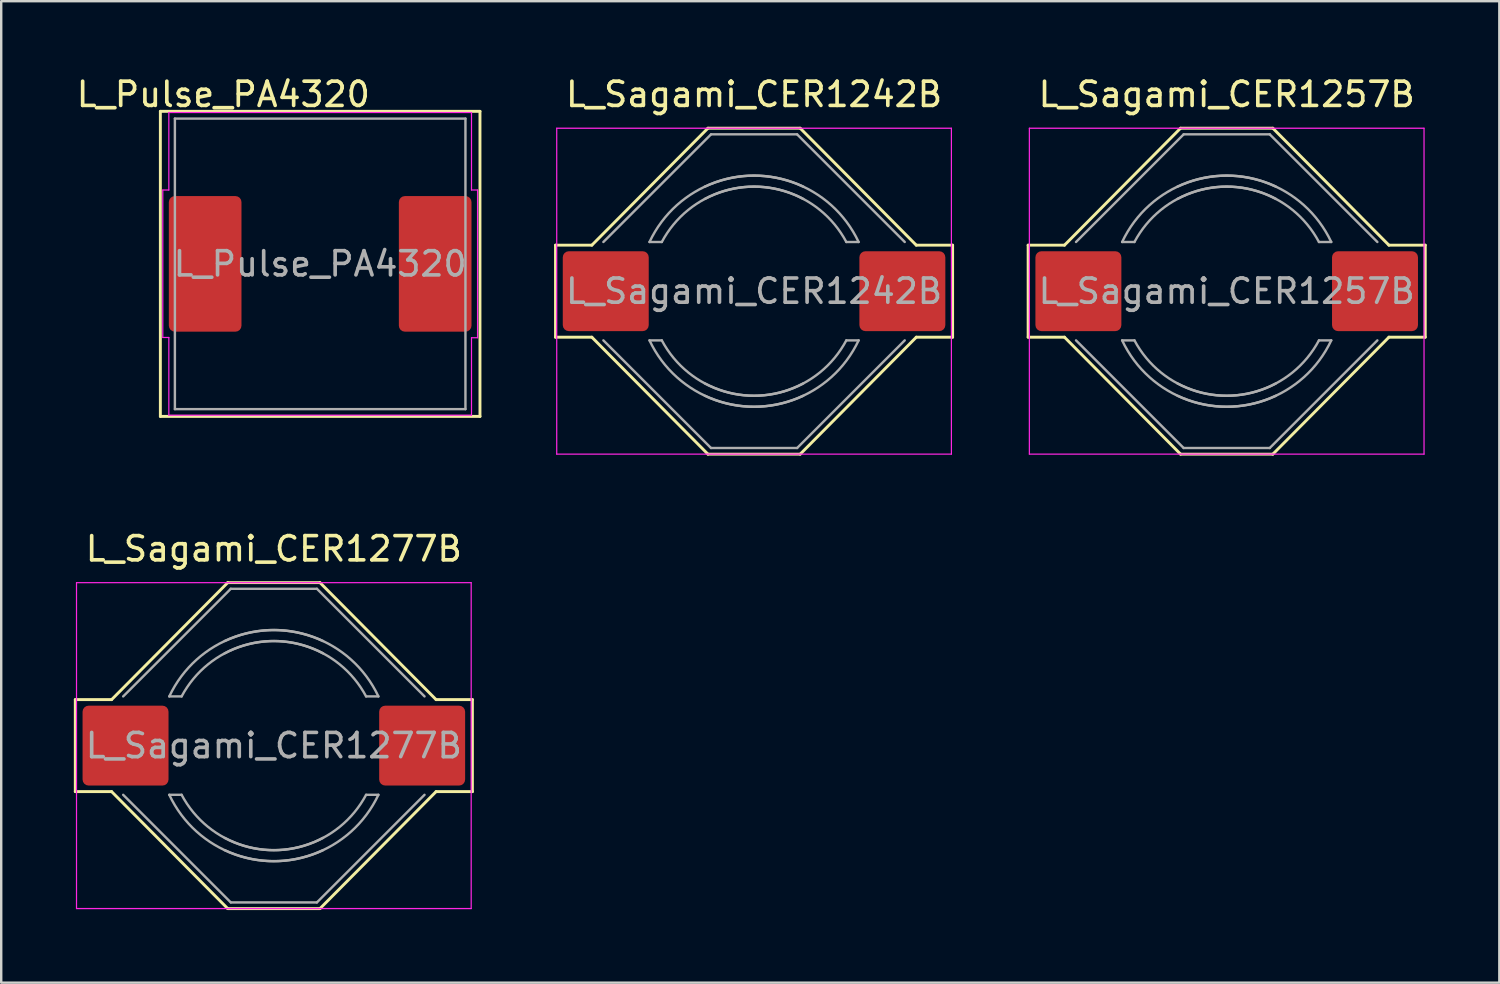
<source format=kicad_pcb>
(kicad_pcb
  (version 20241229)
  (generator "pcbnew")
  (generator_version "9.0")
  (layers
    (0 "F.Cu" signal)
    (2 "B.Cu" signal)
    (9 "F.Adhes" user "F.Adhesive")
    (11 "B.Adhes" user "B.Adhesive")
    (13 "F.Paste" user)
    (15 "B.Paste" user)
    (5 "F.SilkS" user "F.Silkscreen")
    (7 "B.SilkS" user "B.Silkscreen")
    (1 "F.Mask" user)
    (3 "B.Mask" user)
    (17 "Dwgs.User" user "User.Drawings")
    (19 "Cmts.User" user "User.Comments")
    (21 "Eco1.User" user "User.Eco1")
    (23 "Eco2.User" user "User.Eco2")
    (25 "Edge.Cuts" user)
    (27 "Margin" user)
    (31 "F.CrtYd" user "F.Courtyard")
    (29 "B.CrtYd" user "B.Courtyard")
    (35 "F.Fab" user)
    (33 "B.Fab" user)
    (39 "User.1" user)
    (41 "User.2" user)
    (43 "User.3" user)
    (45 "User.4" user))
  (footprint "L_Pulse_PA4320"
    (layer "F.Cu")
    (at 10.173 7.848)
    (property "Reference" "L_Pulse_PA4320" (at -4 -7 0) (layer "F.SilkS") (effects (font (size 1 1) (thickness 0.15))))
    (attr smd)
    (fp_line (start -6.6 -6.3) (end -6.6 6.3) (stroke (width 0.12) (type solid)) (layer "F.SilkS"))
    (fp_line (start -6.6 6.3) (end 6.6 6.3) (stroke (width 0.12) (type solid)) (layer "F.SilkS"))
    (fp_line (start 6.6 -6.3) (end -6.6 -6.3) (stroke (width 0.12) (type solid)) (layer "F.SilkS"))
    (fp_line (start 6.6 6.3) (end 6.6 -6.3) (stroke (width 0.12) (type solid)) (layer "F.SilkS"))
    (fp_line (start -6.5 3.04) (end -6.5 -3.05) (stroke (width 0.05) (type solid)) (layer "F.CrtYd"))
    (fp_line (start -6.25 -6.25) (end -6.25 -3.05) (stroke (width 0.05) (type solid)) (layer "F.CrtYd"))
    (fp_line (start -6.25 -6.25) (end 6.25 -6.25) (stroke (width 0.05) (type solid)) (layer "F.CrtYd"))
    (fp_line (start -6.25 -3.05) (end -6.5 -3.05) (stroke (width 0.05) (type solid)) (layer "F.CrtYd"))
    (fp_line (start -6.25 3.04) (end -6.5 3.04) (stroke (width 0.05) (type solid)) (layer "F.CrtYd"))
    (fp_line (start -6.25 3.04) (end -6.25 6.25) (stroke (width 0.05) (type solid)) (layer "F.CrtYd"))
    (fp_line (start 6.25 -6.25) (end 6.25 -3.05) (stroke (width 0.05) (type solid)) (layer "F.CrtYd"))
    (fp_line (start 6.25 -3.05) (end 6.5 -3.05) (stroke (width 0.05) (type solid)) (layer "F.CrtYd"))
    (fp_line (start 6.25 3.05) (end 6.25 6.25) (stroke (width 0.05) (type solid)) (layer "F.CrtYd"))
    (fp_line (start 6.25 6.25) (end -6.25 6.25) (stroke (width 0.05) (type solid)) (layer "F.CrtYd"))
    (fp_line (start 6.5 -3.05) (end 6.5 3.05) (stroke (width 0.05) (type solid)) (layer "F.CrtYd"))
    (fp_line (start 6.5 3.05) (end 6.25 3.05) (stroke (width 0.05) (type solid)) (layer "F.CrtYd"))
    (fp_line (start -6 -6) (end 6 -6) (stroke (width 0.1) (type solid)) (layer "F.Fab"))
    (fp_line (start -6 6) (end -6 -6) (stroke (width 0.1) (type solid)) (layer "F.Fab"))
    (fp_line (start 6 -6) (end 6 6) (stroke (width 0.1) (type solid)) (layer "F.Fab"))
    (fp_line (start 6 6) (end -6 6) (stroke (width 0.1) (type solid)) (layer "F.Fab"))
    (fp_text user "${REFERENCE}" (at 0 0 0) (layer "F.Fab") (effects (font (size 1 1) (thickness 0.15))))
    (pad "1" smd roundrect (at -4.75 0 90) (size 5.6 3) (layers "F.Cu" "F.Mask" "F.Paste") (roundrect_rratio 0.083))
    (pad "2" smd roundrect (at 4.75 0 90) (size 5.6 3) (layers "F.Cu" "F.Mask" "F.Paste") (roundrect_rratio 0.083)))
  (footprint "L_Sagami_CER1257B"
    (layer "F.Cu")
    (at 47.613 8.976)
    (property "Reference" "L_Sagami_CER1257B" (at 0 -8.128 0) (layer "F.SilkS") (effects (font (size 1 1) (thickness 0.15))))
    (attr smd)
    (fp_line (start -8.2 -1.9) (end -8.2 1.9) (stroke (width 0.12) (type solid)) (layer "F.SilkS"))
    (fp_line (start -8.2 1.9) (end -6.7 1.9) (stroke (width 0.12) (type solid)) (layer "F.SilkS"))
    (fp_line (start -6.7 -1.9) (end -8.2 -1.9) (stroke (width 0.12) (type solid)) (layer "F.SilkS"))
    (fp_line (start -6.7 -1.9) (end -1.905 -6.731) (stroke (width 0.12) (type solid)) (layer "F.SilkS"))
    (fp_line (start -6.7 1.9) (end -1.905 6.731) (stroke (width 0.12) (type solid)) (layer "F.SilkS"))
    (fp_line (start -1.905 -6.731) (end 1.905 -6.731) (stroke (width 0.12) (type solid)) (layer "F.SilkS"))
    (fp_line (start -1.905 6.731) (end 1.905 6.731) (stroke (width 0.12) (type solid)) (layer "F.SilkS"))
    (fp_line (start 1.905 -6.731) (end 6.7 -1.9) (stroke (width 0.12) (type solid)) (layer "F.SilkS"))
    (fp_line (start 1.905 6.731) (end 6.7 1.9) (stroke (width 0.12) (type solid)) (layer "F.SilkS"))
    (fp_line (start 6.7 -1.9) (end 8.2 -1.9) (stroke (width 0.12) (type solid)) (layer "F.SilkS"))
    (fp_line (start 8.2 -1.9) (end 8.2 1.9) (stroke (width 0.12) (type solid)) (layer "F.SilkS"))
    (fp_line (start 8.2 1.9) (end 6.7 1.9) (stroke (width 0.12) (type solid)) (layer "F.SilkS"))
    (fp_line (start -8.15 -6.73) (end -8.15 6.73) (stroke (width 0.05) (type solid)) (layer "F.CrtYd"))
    (fp_line (start -8.15 -6.73) (end 8.15 -6.73) (stroke (width 0.05) (type solid)) (layer "F.CrtYd"))
    (fp_line (start -8.15 6.73) (end 8.15 6.73) (stroke (width 0.05) (type solid)) (layer "F.CrtYd"))
    (fp_line (start 8.15 -6.73) (end 8.15 6.73) (stroke (width 0.05) (type solid)) (layer "F.CrtYd"))
    (fp_line (start -6.223 -2.032) (end -1.778 -6.477) (stroke (width 0.1) (type solid)) (layer "F.Fab"))
    (fp_line (start -6.223 2.032) (end -1.778 6.477) (stroke (width 0.1) (type solid)) (layer "F.Fab"))
    (fp_line (start -3.81 -2.032) (end -4.318 -2.032) (stroke (width 0.1) (type solid)) (layer "F.Fab"))
    (fp_line (start -3.81 2.032) (end -4.318 2.032) (stroke (width 0.1) (type solid)) (layer "F.Fab"))
    (fp_line (start -1.778 6.477) (end 1.778 6.477) (stroke (width 0.1) (type solid)) (layer "F.Fab"))
    (fp_line (start 1.778 -6.477) (end -1.778 -6.477) (stroke (width 0.1) (type solid)) (layer "F.Fab"))
    (fp_line (start 1.778 6.477) (end 6.223 2.032) (stroke (width 0.1) (type solid)) (layer "F.Fab"))
    (fp_line (start 3.81 -2.032) (end 4.318 -2.032) (stroke (width 0.1) (type solid)) (layer "F.Fab"))
    (fp_line (start 3.81 2.032) (end 4.318 2.032) (stroke (width 0.1) (type solid)) (layer "F.Fab"))
    (fp_line (start 6.223 -2.032) (end 1.778 -6.477) (stroke (width 0.1) (type solid)) (layer "F.Fab"))
    (fp_arc (start -4.318 -2.032) (mid -1.616446 -4.490128) (end 2.032 -4.318) (stroke (width 0.1) (type solid)) (layer "F.Fab"))
    (fp_arc (start -3.81 -2.032) (mid -1.257236 -4.130918) (end 2.032 -3.81) (stroke (width 0.1) (type solid)) (layer "F.Fab"))
    (fp_arc (start -2.032 -4.318) (mid 1.616446 -4.490128) (end 4.318 -2.032) (stroke (width 0.1) (type solid)) (layer "F.Fab"))
    (fp_arc (start -2.032 -3.81) (mid 1.257236 -4.130918) (end 3.81 -2.032) (stroke (width 0.1) (type solid)) (layer "F.Fab"))
    (fp_arc (start 2.032 3.81) (mid -1.257236 4.130918) (end -3.81 2.032) (stroke (width 0.1) (type solid)) (layer "F.Fab"))
    (fp_arc (start 2.032 4.318) (mid -1.616446 4.490128) (end -4.318 2.032) (stroke (width 0.1) (type solid)) (layer "F.Fab"))
    (fp_arc (start 3.81 2.032) (mid 1.257236 4.130918) (end -2.032 3.81) (stroke (width 0.1) (type solid)) (layer "F.Fab"))
    (fp_arc (start 4.318 2.032) (mid 1.616446 4.490128) (end -2.032 4.318) (stroke (width 0.1) (type solid)) (layer "F.Fab"))
    (fp_text user "${REFERENCE}" (at 0 0 0) (layer "F.Fab") (effects (font (size 1 1) (thickness 0.15))))
    (pad "1" smd roundrect (at -6.125 0) (size 3.55 3.3) (layers "F.Cu" "F.Mask" "F.Paste") (roundrect_rratio 0.076))
    (pad "2" smd roundrect (at 6.125 0) (size 3.55 3.3) (layers "F.Cu" "F.Mask" "F.Paste") (roundrect_rratio 0.076)))
  (footprint "L_Sagami_CER1242B"
    (layer "F.Cu")
    (at 28.093 8.976)
    (property "Reference" "L_Sagami_CER1242B" (at 0 -8.128 0) (layer "F.SilkS") (effects (font (size 1 1) (thickness 0.15))))
    (attr smd)
    (fp_line (start -8.2 -1.9) (end -8.2 1.9) (stroke (width 0.12) (type solid)) (layer "F.SilkS"))
    (fp_line (start -8.2 1.9) (end -6.7 1.9) (stroke (width 0.12) (type solid)) (layer "F.SilkS"))
    (fp_line (start -6.7 -1.9) (end -8.2 -1.9) (stroke (width 0.12) (type solid)) (layer "F.SilkS"))
    (fp_line (start -6.7 -1.9) (end -1.905 -6.731) (stroke (width 0.12) (type solid)) (layer "F.SilkS"))
    (fp_line (start -6.7 1.9) (end -1.905 6.731) (stroke (width 0.12) (type solid)) (layer "F.SilkS"))
    (fp_line (start -1.905 -6.731) (end 1.905 -6.731) (stroke (width 0.12) (type solid)) (layer "F.SilkS"))
    (fp_line (start -1.905 6.731) (end 1.905 6.731) (stroke (width 0.12) (type solid)) (layer "F.SilkS"))
    (fp_line (start 1.905 -6.731) (end 6.7 -1.9) (stroke (width 0.12) (type solid)) (layer "F.SilkS"))
    (fp_line (start 1.905 6.731) (end 6.7 1.9) (stroke (width 0.12) (type solid)) (layer "F.SilkS"))
    (fp_line (start 6.7 -1.9) (end 8.2 -1.9) (stroke (width 0.12) (type solid)) (layer "F.SilkS"))
    (fp_line (start 8.2 -1.9) (end 8.2 1.9) (stroke (width 0.12) (type solid)) (layer "F.SilkS"))
    (fp_line (start 8.2 1.9) (end 6.7 1.9) (stroke (width 0.12) (type solid)) (layer "F.SilkS"))
    (fp_line (start -8.15 -6.73) (end -8.15 6.73) (stroke (width 0.05) (type solid)) (layer "F.CrtYd"))
    (fp_line (start -8.15 -6.73) (end 8.15 -6.73) (stroke (width 0.05) (type solid)) (layer "F.CrtYd"))
    (fp_line (start -8.15 6.73) (end 8.15 6.73) (stroke (width 0.05) (type solid)) (layer "F.CrtYd"))
    (fp_line (start 8.15 -6.73) (end 8.15 6.73) (stroke (width 0.05) (type solid)) (layer "F.CrtYd"))
    (fp_line (start -6.223 -2.032) (end -1.778 -6.477) (stroke (width 0.1) (type solid)) (layer "F.Fab"))
    (fp_line (start -6.223 2.032) (end -1.778 6.477) (stroke (width 0.1) (type solid)) (layer "F.Fab"))
    (fp_line (start -3.81 -2.032) (end -4.318 -2.032) (stroke (width 0.1) (type solid)) (layer "F.Fab"))
    (fp_line (start -3.81 2.032) (end -4.318 2.032) (stroke (width 0.1) (type solid)) (layer "F.Fab"))
    (fp_line (start -1.778 6.477) (end 1.778 6.477) (stroke (width 0.1) (type solid)) (layer "F.Fab"))
    (fp_line (start 1.778 -6.477) (end -1.778 -6.477) (stroke (width 0.1) (type solid)) (layer "F.Fab"))
    (fp_line (start 1.778 6.477) (end 6.223 2.032) (stroke (width 0.1) (type solid)) (layer "F.Fab"))
    (fp_line (start 3.81 -2.032) (end 4.318 -2.032) (stroke (width 0.1) (type solid)) (layer "F.Fab"))
    (fp_line (start 3.81 2.032) (end 4.318 2.032) (stroke (width 0.1) (type solid)) (layer "F.Fab"))
    (fp_line (start 6.223 -2.032) (end 1.778 -6.477) (stroke (width 0.1) (type solid)) (layer "F.Fab"))
    (fp_arc (start -4.318 -2.032) (mid -1.616446 -4.490128) (end 2.032 -4.318) (stroke (width 0.1) (type solid)) (layer "F.Fab"))
    (fp_arc (start -3.81 -2.032) (mid -1.257236 -4.130918) (end 2.032 -3.81) (stroke (width 0.1) (type solid)) (layer "F.Fab"))
    (fp_arc (start -2.032 -4.318) (mid 1.616446 -4.490128) (end 4.318 -2.032) (stroke (width 0.1) (type solid)) (layer "F.Fab"))
    (fp_arc (start -2.032 -3.81) (mid 1.257236 -4.130918) (end 3.81 -2.032) (stroke (width 0.1) (type solid)) (layer "F.Fab"))
    (fp_arc (start 2.032 3.81) (mid -1.257236 4.130918) (end -3.81 2.032) (stroke (width 0.1) (type solid)) (layer "F.Fab"))
    (fp_arc (start 2.032 4.318) (mid -1.616446 4.490128) (end -4.318 2.032) (stroke (width 0.1) (type solid)) (layer "F.Fab"))
    (fp_arc (start 3.81 2.032) (mid 1.257236 4.130918) (end -2.032 3.81) (stroke (width 0.1) (type solid)) (layer "F.Fab"))
    (fp_arc (start 4.318 2.032) (mid 1.616446 4.490128) (end -2.032 4.318) (stroke (width 0.1) (type solid)) (layer "F.Fab"))
    (fp_text user "${REFERENCE}" (at 0 0 0) (layer "F.Fab") (effects (font (size 1 1) (thickness 0.15))))
    (pad "1" smd roundrect (at -6.125 0) (size 3.55 3.3) (layers "F.Cu" "F.Mask" "F.Paste") (roundrect_rratio 0.076))
    (pad "2" smd roundrect (at 6.125 0) (size 3.55 3.3) (layers "F.Cu" "F.Mask" "F.Paste") (roundrect_rratio 0.076)))
  (footprint "L_Sagami_CER1277B"
    (layer "F.Cu")
    (at 8.26 27.744)
    (property "Reference" "L_Sagami_CER1277B" (at 0 -8.128 0) (layer "F.SilkS") (effects (font (size 1 1) (thickness 0.15))))
    (attr smd)
    (fp_line (start -8.2 -1.9) (end -8.2 1.9) (stroke (width 0.12) (type solid)) (layer "F.SilkS"))
    (fp_line (start -8.2 1.9) (end -6.7 1.9) (stroke (width 0.12) (type solid)) (layer "F.SilkS"))
    (fp_line (start -6.7 -1.9) (end -8.2 -1.9) (stroke (width 0.12) (type solid)) (layer "F.SilkS"))
    (fp_line (start -6.7 -1.9) (end -1.905 -6.731) (stroke (width 0.12) (type solid)) (layer "F.SilkS"))
    (fp_line (start -6.7 1.9) (end -1.905 6.731) (stroke (width 0.12) (type solid)) (layer "F.SilkS"))
    (fp_line (start -1.905 -6.731) (end 1.905 -6.731) (stroke (width 0.12) (type solid)) (layer "F.SilkS"))
    (fp_line (start -1.905 6.731) (end 1.905 6.731) (stroke (width 0.12) (type solid)) (layer "F.SilkS"))
    (fp_line (start 1.905 -6.731) (end 6.7 -1.9) (stroke (width 0.12) (type solid)) (layer "F.SilkS"))
    (fp_line (start 1.905 6.731) (end 6.7 1.9) (stroke (width 0.12) (type solid)) (layer "F.SilkS"))
    (fp_line (start 6.7 -1.9) (end 8.2 -1.9) (stroke (width 0.12) (type solid)) (layer "F.SilkS"))
    (fp_line (start 8.2 -1.9) (end 8.2 1.9) (stroke (width 0.12) (type solid)) (layer "F.SilkS"))
    (fp_line (start 8.2 1.9) (end 6.7 1.9) (stroke (width 0.12) (type solid)) (layer "F.SilkS"))
    (fp_line (start -8.15 -6.73) (end -8.15 6.73) (stroke (width 0.05) (type solid)) (layer "F.CrtYd"))
    (fp_line (start -8.15 -6.73) (end 8.15 -6.73) (stroke (width 0.05) (type solid)) (layer "F.CrtYd"))
    (fp_line (start -8.15 6.73) (end 8.15 6.73) (stroke (width 0.05) (type solid)) (layer "F.CrtYd"))
    (fp_line (start 8.15 -6.73) (end 8.15 6.73) (stroke (width 0.05) (type solid)) (layer "F.CrtYd"))
    (fp_line (start -6.223 -2.032) (end -1.778 -6.477) (stroke (width 0.1) (type solid)) (layer "F.Fab"))
    (fp_line (start -6.223 2.032) (end -1.778 6.477) (stroke (width 0.1) (type solid)) (layer "F.Fab"))
    (fp_line (start -3.81 -2.032) (end -4.318 -2.032) (stroke (width 0.1) (type solid)) (layer "F.Fab"))
    (fp_line (start -3.81 2.032) (end -4.318 2.032) (stroke (width 0.1) (type solid)) (layer "F.Fab"))
    (fp_line (start -1.778 6.477) (end 1.778 6.477) (stroke (width 0.1) (type solid)) (layer "F.Fab"))
    (fp_line (start 1.778 -6.477) (end -1.778 -6.477) (stroke (width 0.1) (type solid)) (layer "F.Fab"))
    (fp_line (start 1.778 6.477) (end 6.223 2.032) (stroke (width 0.1) (type solid)) (layer "F.Fab"))
    (fp_line (start 3.81 -2.032) (end 4.318 -2.032) (stroke (width 0.1) (type solid)) (layer "F.Fab"))
    (fp_line (start 3.81 2.032) (end 4.318 2.032) (stroke (width 0.1) (type solid)) (layer "F.Fab"))
    (fp_line (start 6.223 -2.032) (end 1.778 -6.477) (stroke (width 0.1) (type solid)) (layer "F.Fab"))
    (fp_arc (start -4.318 -2.032) (mid -1.616446 -4.490128) (end 2.032 -4.318) (stroke (width 0.1) (type solid)) (layer "F.Fab"))
    (fp_arc (start -3.81 -2.032) (mid -1.257236 -4.130918) (end 2.032 -3.81) (stroke (width 0.1) (type solid)) (layer "F.Fab"))
    (fp_arc (start -2.032 -4.318) (mid 1.616446 -4.490128) (end 4.318 -2.032) (stroke (width 0.1) (type solid)) (layer "F.Fab"))
    (fp_arc (start -2.032 -3.81) (mid 1.257236 -4.130918) (end 3.81 -2.032) (stroke (width 0.1) (type solid)) (layer "F.Fab"))
    (fp_arc (start 2.032 3.81) (mid -1.257236 4.130918) (end -3.81 2.032) (stroke (width 0.1) (type solid)) (layer "F.Fab"))
    (fp_arc (start 2.032 4.318) (mid -1.616446 4.490128) (end -4.318 2.032) (stroke (width 0.1) (type solid)) (layer "F.Fab"))
    (fp_arc (start 3.81 2.032) (mid 1.257236 4.130918) (end -2.032 3.81) (stroke (width 0.1) (type solid)) (layer "F.Fab"))
    (fp_arc (start 4.318 2.032) (mid 1.616446 4.490128) (end -2.032 4.318) (stroke (width 0.1) (type solid)) (layer "F.Fab"))
    (fp_text user "${REFERENCE}" (at 0 0 0) (layer "F.Fab") (effects (font (size 1 1) (thickness 0.15))))
    (pad "1" smd roundrect (at -6.125 0) (size 3.55 3.3) (layers "F.Cu" "F.Mask" "F.Paste") (roundrect_rratio 0.076))
    (pad "2" smd roundrect (at 6.125 0) (size 3.55 3.3) (layers "F.Cu" "F.Mask" "F.Paste") (roundrect_rratio 0.076)))
  (gr_rect
    (start -3 -3)
    (end 58.873 37.535)
    (stroke (width 0.1) (type default))
    (fill no)
    (layer "Edge.Cuts")))
</source>
